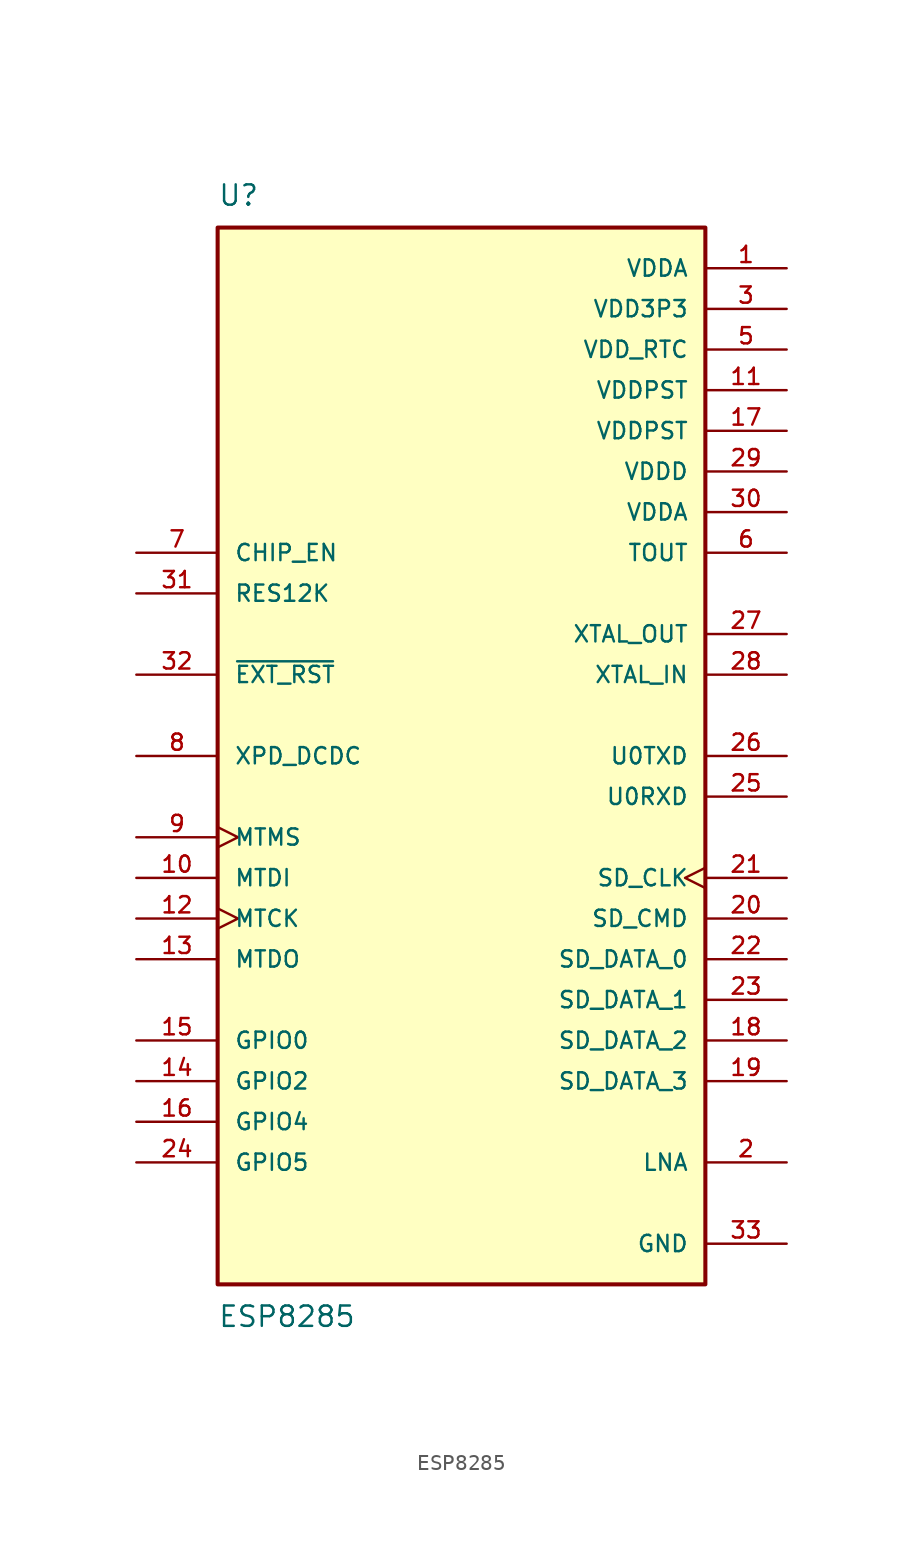
<source format=kicad_sym>
(kicad_symbol_lib
  (version 20220914)
  (generator kicad_symbol_editor)
  (symbol "ESP8285"
    (pin_names
      (offset 1.016))
    (property "Reference" "U"
      (at -15.24 34.29 0)
      (effects (font (size 1.27 1.27)) (justify left bottom)))
    (property "Value" "ESP8285"
      (at -15.24 -34.29 0)
      (effects (font (size 1.27 1.27)) (justify left top)))
    (symbol "ESP8285_0_0"
      (rectangle (start -15.24 -33.02) (end 15.24 33.02) (stroke (width 0.254) (type default)) (fill (type background)))
      (pin power_in line (at 20.32 30.48 180) (length 5.08) (name "VDDA" (effects (font (size 1.016 1.016)))) (number "1" (effects (font (size 1.016 1.016)))))
      (pin bidirectional line (at -20.32 -7.62 0) (length 5.08) (name "MTDI" (effects (font (size 1.016 1.016)))) (number "10" (effects (font (size 1.016 1.016)))))
      (pin power_in line (at 20.32 22.86 180) (length 5.08) (name "VDDPST" (effects (font (size 1.016 1.016)))) (number "11" (effects (font (size 1.016 1.016)))))
      (pin bidirectional clock (at -20.32 -10.16 0) (length 5.08) (name "MTCK" (effects (font (size 1.016 1.016)))) (number "12" (effects (font (size 1.016 1.016)))))
      (pin bidirectional line (at -20.32 -12.7 0) (length 5.08) (name "MTDO" (effects (font (size 1.016 1.016)))) (number "13" (effects (font (size 1.016 1.016)))))
      (pin bidirectional line (at -20.32 -20.32 0) (length 5.08) (name "GPIO2" (effects (font (size 1.016 1.016)))) (number "14" (effects (font (size 1.016 1.016)))))
      (pin bidirectional line (at -20.32 -17.78 0) (length 5.08) (name "GPIO0" (effects (font (size 1.016 1.016)))) (number "15" (effects (font (size 1.016 1.016)))))
      (pin bidirectional line (at -20.32 -22.86 0) (length 5.08) (name "GPIO4" (effects (font (size 1.016 1.016)))) (number "16" (effects (font (size 1.016 1.016)))))
      (pin power_in line (at 20.32 20.32 180) (length 5.08) (name "VDDPST" (effects (font (size 1.016 1.016)))) (number "17" (effects (font (size 1.016 1.016)))))
      (pin bidirectional line (at 20.32 -17.78 180) (length 5.08) (name "SD_DATA_2" (effects (font (size 1.016 1.016)))) (number "18" (effects (font (size 1.016 1.016)))))
      (pin bidirectional line (at 20.32 -20.32 180) (length 5.08) (name "SD_DATA_3" (effects (font (size 1.016 1.016)))) (number "19" (effects (font (size 1.016 1.016)))))
      (pin bidirectional line (at 20.32 -25.4 180) (length 5.08) (name "LNA" (effects (font (size 1.016 1.016)))) (number "2" (effects (font (size 1.016 1.016)))))
      (pin bidirectional line (at 20.32 -10.16 180) (length 5.08) (name "SD_CMD" (effects (font (size 1.016 1.016)))) (number "20" (effects (font (size 1.016 1.016)))))
      (pin bidirectional clock (at 20.32 -7.62 180) (length 5.08) (name "SD_CLK" (effects (font (size 1.016 1.016)))) (number "21" (effects (font (size 1.016 1.016)))))
      (pin bidirectional line (at 20.32 -12.7 180) (length 5.08) (name "SD_DATA_0" (effects (font (size 1.016 1.016)))) (number "22" (effects (font (size 1.016 1.016)))))
      (pin bidirectional line (at 20.32 -15.24 180) (length 5.08) (name "SD_DATA_1" (effects (font (size 1.016 1.016)))) (number "23" (effects (font (size 1.016 1.016)))))
      (pin bidirectional line (at -20.32 -25.4 0) (length 5.08) (name "GPIO5" (effects (font (size 1.016 1.016)))) (number "24" (effects (font (size 1.016 1.016)))))
      (pin bidirectional line (at 20.32 -2.54 180) (length 5.08) (name "U0RXD" (effects (font (size 1.016 1.016)))) (number "25" (effects (font (size 1.016 1.016)))))
      (pin bidirectional line (at 20.32 0 180) (length 5.08) (name "U0TXD" (effects (font (size 1.016 1.016)))) (number "26" (effects (font (size 1.016 1.016)))))
      (pin output line (at 20.32 7.62 180) (length 5.08) (name "XTAL_OUT" (effects (font (size 1.016 1.016)))) (number "27" (effects (font (size 1.016 1.016)))))
      (pin input line (at 20.32 5.08 180) (length 5.08) (name "XTAL_IN" (effects (font (size 1.016 1.016)))) (number "28" (effects (font (size 1.016 1.016)))))
      (pin power_in line (at 20.32 17.78 180) (length 5.08) (name "VDDD" (effects (font (size 1.016 1.016)))) (number "29" (effects (font (size 1.016 1.016)))))
      (pin power_in line (at 20.32 27.94 180) (length 5.08) (name "VDD3P3" (effects (font (size 1.016 1.016)))) (number "3" (effects (font (size 1.016 1.016)))))
      (pin power_in line (at 20.32 15.24 180) (length 5.08) (name "VDDA" (effects (font (size 1.016 1.016)))) (number "30" (effects (font (size 1.016 1.016)))))
      (pin input line (at -20.32 10.16 0) (length 5.08) (name "RES12K" (effects (font (size 1.016 1.016)))) (number "31" (effects (font (size 1.016 1.016)))))
      (pin input line (at -20.32 5.08 0) (length 5.08) (name "~{EXT_RST}" (effects (font (size 1.016 1.016)))) (number "32" (effects (font (size 1.016 1.016)))))
      (pin power_in line (at 20.32 -30.48 180) (length 5.08) (name "GND" (effects (font (size 1.016 1.016)))) (number "33" (effects (font (size 1.016 1.016)))))
      (pin power_in line (at 20.32 25.4 180) (length 5.08) (name "VDD_RTC" (effects (font (size 1.016 1.016)))) (number "5" (effects (font (size 1.016 1.016)))))
      (pin output line (at 20.32 12.7 180) (length 5.08) (name "TOUT" (effects (font (size 1.016 1.016)))) (number "6" (effects (font (size 1.016 1.016)))))
      (pin input line (at -20.32 12.7 0) (length 5.08) (name "CHIP_EN" (effects (font (size 1.016 1.016)))) (number "7" (effects (font (size 1.016 1.016)))))
      (pin bidirectional line (at -20.32 0 0) (length 5.08) (name "XPD_DCDC" (effects (font (size 1.016 1.016)))) (number "8" (effects (font (size 1.016 1.016)))))
      (pin bidirectional clock (at -20.32 -5.08 0) (length 5.08) (name "MTMS" (effects (font (size 1.016 1.016)))) (number "9" (effects (font (size 1.016 1.016))))))
    (symbol "ESP8285_1_0"
      (pin power_in line (at 20.32 27.94 180) (length 5.08) hide (name "VDD3P3" (effects (font (size 1.016 1.016)))) (number "4" (effects (font (size 1.016 1.016))))))))
</source>
